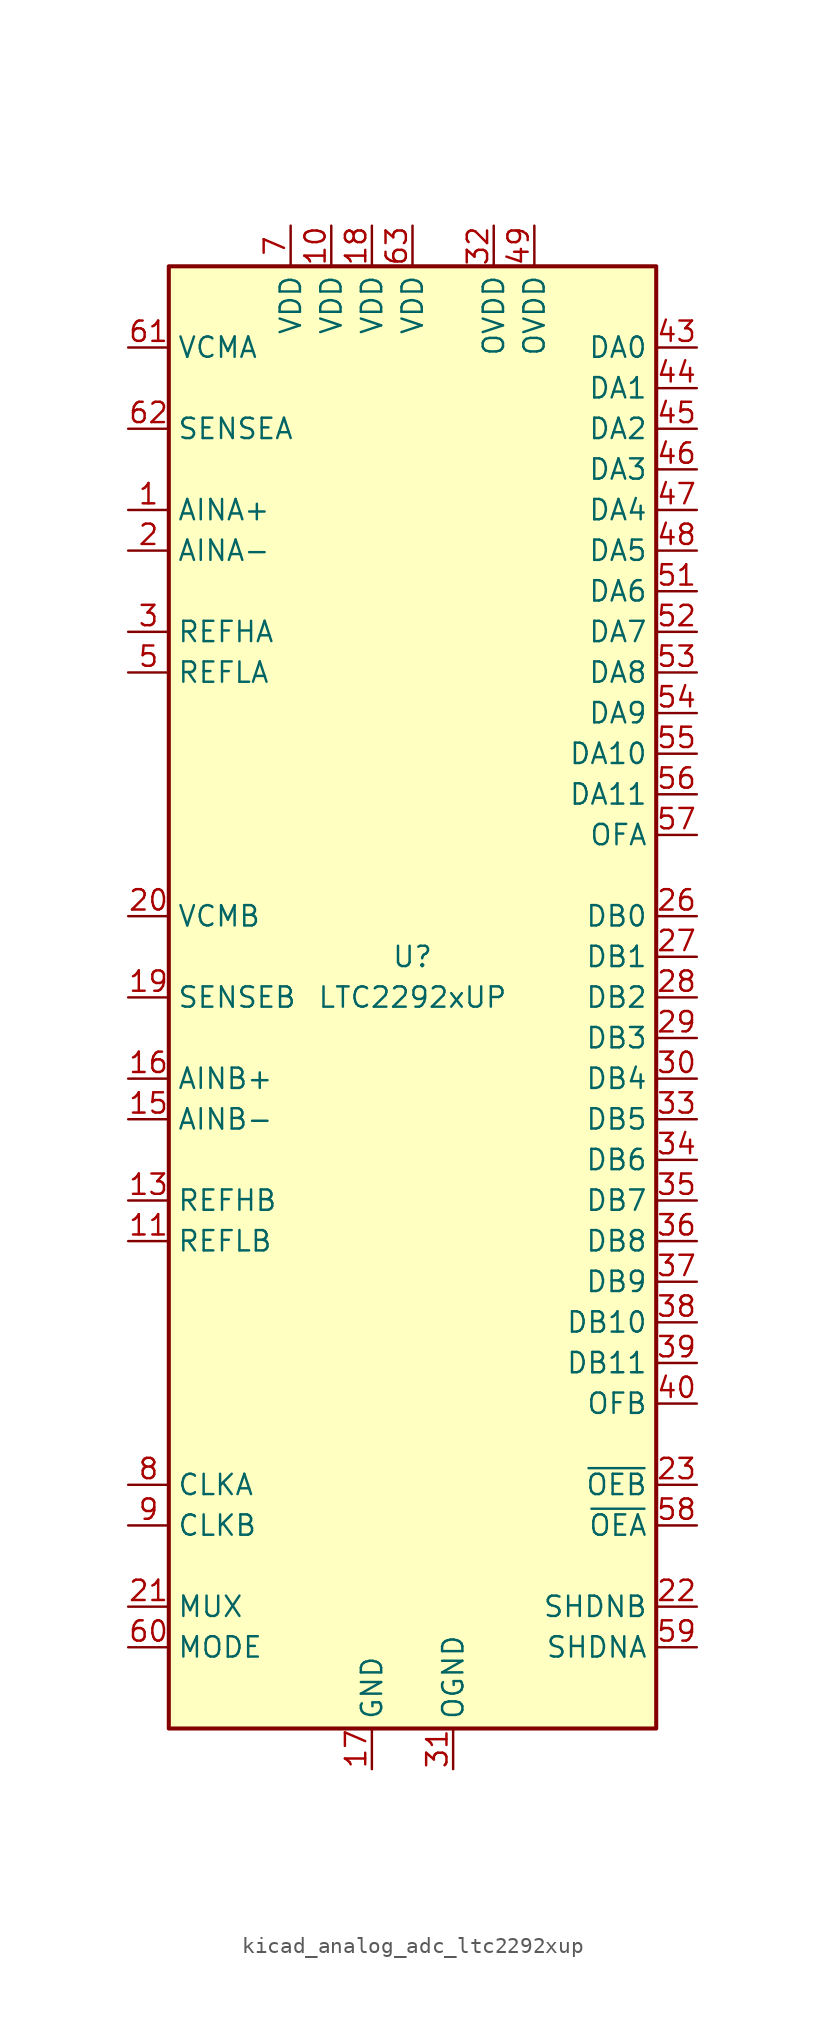
<source format=kicad_sym>
(kicad_symbol_lib
  (version 20220914)
  (generator kicad_symbol_editor)
  (symbol "kicad_analog_adc_ltc2292xup"
    (property "Reference" "U"
      (at 0 2.54 0)
      (effects (font (size 1.27 1.27))))
    (property "Value" "LTC2292xUP"
      (at 0 0 0)
      (effects (font (size 1.27 1.27))))
    (symbol "kicad_analog_adc_ltc2292xup_0_1"
      (rectangle (start -15.24 45.72) (end 15.24 -45.72) (stroke (width 0.254) (type default)) (fill (type background))))
    (symbol "kicad_analog_adc_ltc2292xup_1_1"
      (pin input line (at -17.78 30.48 0) (length 2.54) (name "AINA+" (effects (font (size 1.27 1.27)))) (number "1" (effects (font (size 1.27 1.27)))))
      (pin power_in line (at -5.08 48.26 270) (length 2.54) (name "VDD" (effects (font (size 1.27 1.27)))) (number "10" (effects (font (size 1.27 1.27)))))
      (pin input line (at -17.78 -15.24 0) (length 2.54) (name "REFLB" (effects (font (size 1.27 1.27)))) (number "11" (effects (font (size 1.27 1.27)))))
      (pin input line (at -17.78 -15.24 0) (length 2.54) hide (name "REFLB" (effects (font (size 1.27 1.27)))) (number "12" (effects (font (size 1.27 1.27)))))
      (pin input line (at -17.78 -12.7 0) (length 2.54) (name "REFHB" (effects (font (size 1.27 1.27)))) (number "13" (effects (font (size 1.27 1.27)))))
      (pin input line (at -17.78 -12.7 0) (length 2.54) hide (name "REFHB" (effects (font (size 1.27 1.27)))) (number "14" (effects (font (size 1.27 1.27)))))
      (pin input line (at -17.78 -7.62 0) (length 2.54) (name "AINB-" (effects (font (size 1.27 1.27)))) (number "15" (effects (font (size 1.27 1.27)))))
      (pin input line (at -17.78 -5.08 0) (length 2.54) (name "AINB+" (effects (font (size 1.27 1.27)))) (number "16" (effects (font (size 1.27 1.27)))))
      (pin power_in line (at -2.54 -48.26 90) (length 2.54) (name "GND" (effects (font (size 1.27 1.27)))) (number "17" (effects (font (size 1.27 1.27)))))
      (pin power_in line (at -2.54 48.26 270) (length 2.54) (name "VDD" (effects (font (size 1.27 1.27)))) (number "18" (effects (font (size 1.27 1.27)))))
      (pin input line (at -17.78 0 0) (length 2.54) (name "SENSEB" (effects (font (size 1.27 1.27)))) (number "19" (effects (font (size 1.27 1.27)))))
      (pin input line (at -17.78 27.94 0) (length 2.54) (name "AINA-" (effects (font (size 1.27 1.27)))) (number "2" (effects (font (size 1.27 1.27)))))
      (pin passive line (at -17.78 5.08 0) (length 2.54) (name "VCMB" (effects (font (size 1.27 1.27)))) (number "20" (effects (font (size 1.27 1.27)))))
      (pin input line (at -17.78 -38.1 0) (length 2.54) (name "MUX" (effects (font (size 1.27 1.27)))) (number "21" (effects (font (size 1.27 1.27)))))
      (pin input line (at 17.78 -38.1 180) (length 2.54) (name "SHDNB" (effects (font (size 1.27 1.27)))) (number "22" (effects (font (size 1.27 1.27)))))
      (pin input line (at 17.78 -30.48 180) (length 2.54) (name "~{OEB}" (effects (font (size 1.27 1.27)))) (number "23" (effects (font (size 1.27 1.27)))))
      (pin no_connect line (at -15.24 -20.32 0) (length 2.54) hide (name "NC" (effects (font (size 1.27 1.27)))) (number "24" (effects (font (size 1.27 1.27)))))
      (pin no_connect line (at -15.24 -22.86 0) (length 2.54) hide (name "NC" (effects (font (size 1.27 1.27)))) (number "25" (effects (font (size 1.27 1.27)))))
      (pin output line (at 17.78 5.08 180) (length 2.54) (name "DB0" (effects (font (size 1.27 1.27)))) (number "26" (effects (font (size 1.27 1.27)))))
      (pin output line (at 17.78 2.54 180) (length 2.54) (name "DB1" (effects (font (size 1.27 1.27)))) (number "27" (effects (font (size 1.27 1.27)))))
      (pin output line (at 17.78 0 180) (length 2.54) (name "DB2" (effects (font (size 1.27 1.27)))) (number "28" (effects (font (size 1.27 1.27)))))
      (pin output line (at 17.78 -2.54 180) (length 2.54) (name "DB3" (effects (font (size 1.27 1.27)))) (number "29" (effects (font (size 1.27 1.27)))))
      (pin input line (at -17.78 22.86 0) (length 2.54) (name "REFHA" (effects (font (size 1.27 1.27)))) (number "3" (effects (font (size 1.27 1.27)))))
      (pin output line (at 17.78 -5.08 180) (length 2.54) (name "DB4" (effects (font (size 1.27 1.27)))) (number "30" (effects (font (size 1.27 1.27)))))
      (pin power_in line (at 2.54 -48.26 90) (length 2.54) (name "OGND" (effects (font (size 1.27 1.27)))) (number "31" (effects (font (size 1.27 1.27)))))
      (pin power_in line (at 5.08 48.26 270) (length 2.54) (name "OVDD" (effects (font (size 1.27 1.27)))) (number "32" (effects (font (size 1.27 1.27)))))
      (pin output line (at 17.78 -7.62 180) (length 2.54) (name "DB5" (effects (font (size 1.27 1.27)))) (number "33" (effects (font (size 1.27 1.27)))))
      (pin output line (at 17.78 -10.16 180) (length 2.54) (name "DB6" (effects (font (size 1.27 1.27)))) (number "34" (effects (font (size 1.27 1.27)))))
      (pin output line (at 17.78 -12.7 180) (length 2.54) (name "DB7" (effects (font (size 1.27 1.27)))) (number "35" (effects (font (size 1.27 1.27)))))
      (pin output line (at 17.78 -15.24 180) (length 2.54) (name "DB8" (effects (font (size 1.27 1.27)))) (number "36" (effects (font (size 1.27 1.27)))))
      (pin output line (at 17.78 -17.78 180) (length 2.54) (name "DB9" (effects (font (size 1.27 1.27)))) (number "37" (effects (font (size 1.27 1.27)))))
      (pin output line (at 17.78 -20.32 180) (length 2.54) (name "DB10" (effects (font (size 1.27 1.27)))) (number "38" (effects (font (size 1.27 1.27)))))
      (pin output line (at 17.78 -22.86 180) (length 2.54) (name "DB11" (effects (font (size 1.27 1.27)))) (number "39" (effects (font (size 1.27 1.27)))))
      (pin input line (at -17.78 22.86 0) (length 2.54) hide (name "REFHA" (effects (font (size 1.27 1.27)))) (number "4" (effects (font (size 1.27 1.27)))))
      (pin output line (at 17.78 -25.4 180) (length 2.54) (name "OFB" (effects (font (size 1.27 1.27)))) (number "40" (effects (font (size 1.27 1.27)))))
      (pin no_connect line (at -15.24 -25.4 0) (length 2.54) hide (name "NC" (effects (font (size 1.27 1.27)))) (number "41" (effects (font (size 1.27 1.27)))))
      (pin no_connect line (at -15.24 -27.94 0) (length 2.54) hide (name "NC" (effects (font (size 1.27 1.27)))) (number "42" (effects (font (size 1.27 1.27)))))
      (pin output line (at 17.78 40.64 180) (length 2.54) (name "DA0" (effects (font (size 1.27 1.27)))) (number "43" (effects (font (size 1.27 1.27)))))
      (pin output line (at 17.78 38.1 180) (length 2.54) (name "DA1" (effects (font (size 1.27 1.27)))) (number "44" (effects (font (size 1.27 1.27)))))
      (pin output line (at 17.78 35.56 180) (length 2.54) (name "DA2" (effects (font (size 1.27 1.27)))) (number "45" (effects (font (size 1.27 1.27)))))
      (pin output line (at 17.78 33.02 180) (length 2.54) (name "DA3" (effects (font (size 1.27 1.27)))) (number "46" (effects (font (size 1.27 1.27)))))
      (pin output line (at 17.78 30.48 180) (length 2.54) (name "DA4" (effects (font (size 1.27 1.27)))) (number "47" (effects (font (size 1.27 1.27)))))
      (pin output line (at 17.78 27.94 180) (length 2.54) (name "DA5" (effects (font (size 1.27 1.27)))) (number "48" (effects (font (size 1.27 1.27)))))
      (pin power_in line (at 7.62 48.26 270) (length 2.54) (name "OVDD" (effects (font (size 1.27 1.27)))) (number "49" (effects (font (size 1.27 1.27)))))
      (pin input line (at -17.78 20.32 0) (length 2.54) (name "REFLA" (effects (font (size 1.27 1.27)))) (number "5" (effects (font (size 1.27 1.27)))))
      (pin passive line (at 2.54 -48.26 90) (length 2.54) hide (name "OGND" (effects (font (size 1.27 1.27)))) (number "50" (effects (font (size 1.27 1.27)))))
      (pin output line (at 17.78 25.4 180) (length 2.54) (name "DA6" (effects (font (size 1.27 1.27)))) (number "51" (effects (font (size 1.27 1.27)))))
      (pin output line (at 17.78 22.86 180) (length 2.54) (name "DA7" (effects (font (size 1.27 1.27)))) (number "52" (effects (font (size 1.27 1.27)))))
      (pin output line (at 17.78 20.32 180) (length 2.54) (name "DA8" (effects (font (size 1.27 1.27)))) (number "53" (effects (font (size 1.27 1.27)))))
      (pin output line (at 17.78 17.78 180) (length 2.54) (name "DA9" (effects (font (size 1.27 1.27)))) (number "54" (effects (font (size 1.27 1.27)))))
      (pin output line (at 17.78 15.24 180) (length 2.54) (name "DA10" (effects (font (size 1.27 1.27)))) (number "55" (effects (font (size 1.27 1.27)))))
      (pin output line (at 17.78 12.7 180) (length 2.54) (name "DA11" (effects (font (size 1.27 1.27)))) (number "56" (effects (font (size 1.27 1.27)))))
      (pin output line (at 17.78 10.16 180) (length 2.54) (name "OFA" (effects (font (size 1.27 1.27)))) (number "57" (effects (font (size 1.27 1.27)))))
      (pin input line (at 17.78 -33.02 180) (length 2.54) (name "~{OEA}" (effects (font (size 1.27 1.27)))) (number "58" (effects (font (size 1.27 1.27)))))
      (pin input line (at 17.78 -40.64 180) (length 2.54) (name "SHDNA" (effects (font (size 1.27 1.27)))) (number "59" (effects (font (size 1.27 1.27)))))
      (pin input line (at -17.78 20.32 0) (length 2.54) hide (name "REFLA" (effects (font (size 1.27 1.27)))) (number "6" (effects (font (size 1.27 1.27)))))
      (pin input line (at -17.78 -40.64 0) (length 2.54) (name "MODE" (effects (font (size 1.27 1.27)))) (number "60" (effects (font (size 1.27 1.27)))))
      (pin passive line (at -17.78 40.64 0) (length 2.54) (name "VCMA" (effects (font (size 1.27 1.27)))) (number "61" (effects (font (size 1.27 1.27)))))
      (pin input line (at -17.78 35.56 0) (length 2.54) (name "SENSEA" (effects (font (size 1.27 1.27)))) (number "62" (effects (font (size 1.27 1.27)))))
      (pin power_in line (at 0 48.26 270) (length 2.54) (name "VDD" (effects (font (size 1.27 1.27)))) (number "63" (effects (font (size 1.27 1.27)))))
      (pin passive line (at -2.54 -48.26 90) (length 2.54) hide (name "GND" (effects (font (size 1.27 1.27)))) (number "64" (effects (font (size 1.27 1.27)))))
      (pin passive line (at -2.54 -48.26 90) (length 2.54) hide (name "GND" (effects (font (size 1.27 1.27)))) (number "65" (effects (font (size 1.27 1.27)))))
      (pin power_in line (at -7.62 48.26 270) (length 2.54) (name "VDD" (effects (font (size 1.27 1.27)))) (number "7" (effects (font (size 1.27 1.27)))))
      (pin input line (at -17.78 -30.48 0) (length 2.54) (name "CLKA" (effects (font (size 1.27 1.27)))) (number "8" (effects (font (size 1.27 1.27)))))
      (pin input line (at -17.78 -33.02 0) (length 2.54) (name "CLKB" (effects (font (size 1.27 1.27)))) (number "9" (effects (font (size 1.27 1.27))))))))
</source>
